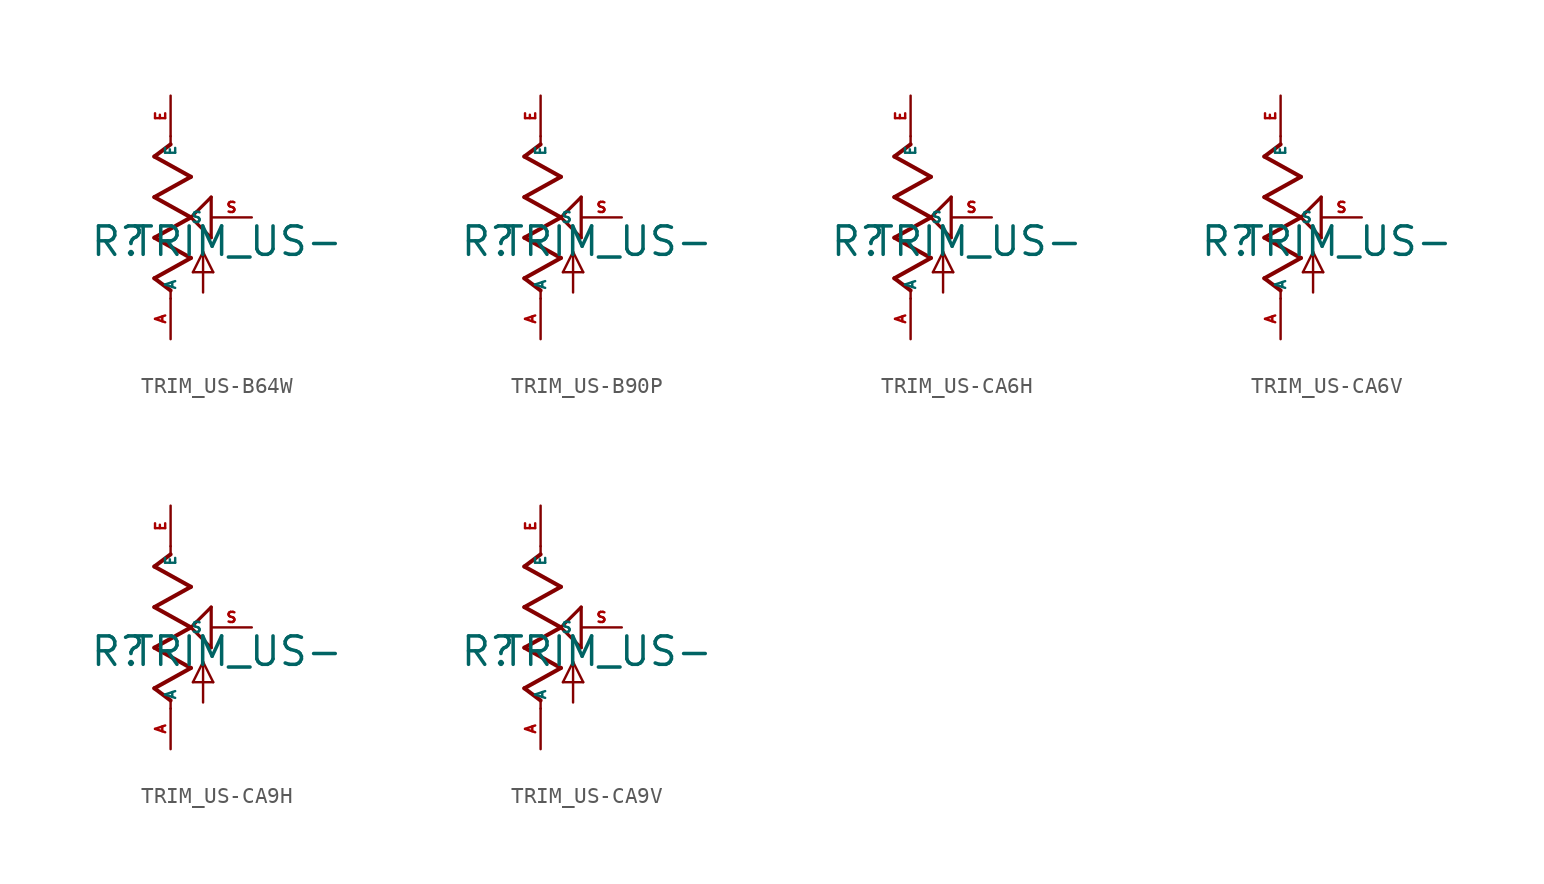
<source format=kicad_sym>
(kicad_symbol_lib
  (version 20220914)
  (generator Eagle2Kicad)
  (symbol "TRIM_US-B64W"
    (property "Reference" "R"
      (at -5.08 -2.54 0)
      (effects (font (size 1.778 1.778) (thickness 0.22)) (justify left bottom)))
    (property "Value" "TRIM_US-"
      (at -2.54 -2.54 0)
      (effects (font (size 1.778 1.778) (thickness 0.22)) (justify left bottom)))
    (polyline
      (pts (xy 0 -5.08) (xy 0 -4.572))
      (stroke (width 0.152) (type default))
      (fill (type none)))
    (polyline
      (pts (xy 0 -4.572) (xy -1.016 -3.81))
      (stroke (width 0.254) (type default))
      (fill (type none)))
    (polyline
      (pts (xy -1.016 -3.81) (xy 1.27 -2.54))
      (stroke (width 0.254) (type default))
      (fill (type none)))
    (polyline
      (pts (xy 1.27 -2.54) (xy -1.016 -1.27))
      (stroke (width 0.254) (type default))
      (fill (type none)))
    (polyline
      (pts (xy -1.016 -1.27) (xy 1.27 0))
      (stroke (width 0.254) (type default))
      (fill (type none)))
    (polyline
      (pts (xy 1.27 0) (xy -1.016 1.27))
      (stroke (width 0.254) (type default))
      (fill (type none)))
    (polyline
      (pts (xy -1.016 1.27) (xy 1.27 2.54))
      (stroke (width 0.254) (type default))
      (fill (type none)))
    (polyline
      (pts (xy 1.27 2.54) (xy -1.016 3.81))
      (stroke (width 0.254) (type default))
      (fill (type none)))
    (polyline
      (pts (xy -1.016 3.81) (xy 0 4.572))
      (stroke (width 0.254) (type default))
      (fill (type none)))
    (polyline
      (pts (xy 0 4.572) (xy 0 5.08))
      (stroke (width 0.152) (type default))
      (fill (type none)))
    (polyline
      (pts (xy 1.27 0) (xy 2.54 1.27))
      (stroke (width 0.203) (type default))
      (fill (type none)))
    (polyline
      (pts (xy 2.54 -1.27) (xy 1.27 0))
      (stroke (width 0.203) (type default))
      (fill (type none)))
    (polyline
      (pts (xy 2.54 1.27) (xy 2.54 -1.27))
      (stroke (width 0.203) (type default))
      (fill (type none)))
    (polyline
      (pts (xy 2.032 -4.699) (xy 2.032 -2.159))
      (stroke (width 0.152) (type default))
      (fill (type none)))
    (polyline
      (pts (xy 2.032 -2.159) (xy 2.667 -3.429))
      (stroke (width 0.152) (type default))
      (fill (type none)))
    (polyline
      (pts (xy 2.667 -3.429) (xy 1.397 -3.429))
      (stroke (width 0.152) (type default))
      (fill (type none)))
    (polyline
      (pts (xy 1.397 -3.429) (xy 2.032 -2.159))
      (stroke (width 0.152) (type default))
      (fill (type none)))
    (pin passive line
      (at 0 -7.62 90)
      (length 2.54)
      (name "A" (effects (font (size 0.635 0.635) (thickness 0.08)) (justify left bottom)))
      (number "A" (effects (font (size 0.635 0.635) (thickness 0.08)) (justify left bottom))))
    (pin passive line
      (at 0 7.62 270)
      (length 2.54)
      (name "E" (effects (font (size 0.635 0.635) (thickness 0.08)) (justify left bottom)))
      (number "E" (effects (font (size 0.635 0.635) (thickness 0.08)) (justify left bottom))))
    (pin passive line
      (at 5.08 0 180)
      (length 2.54)
      (name "S" (effects (font (size 0.635 0.635) (thickness 0.08)) (justify left bottom)))
      (number "S" (effects (font (size 0.635 0.635) (thickness 0.08)) (justify left bottom)))))
  (symbol "TRIM_US-B90P"
    (property "Reference" "R"
      (at -5.08 -2.54 0)
      (effects (font (size 1.778 1.778) (thickness 0.22)) (justify left bottom)))
    (property "Value" "TRIM_US-"
      (at -2.54 -2.54 0)
      (effects (font (size 1.778 1.778) (thickness 0.22)) (justify left bottom)))
    (polyline
      (pts (xy 0 -5.08) (xy 0 -4.572))
      (stroke (width 0.152) (type default))
      (fill (type none)))
    (polyline
      (pts (xy 0 -4.572) (xy -1.016 -3.81))
      (stroke (width 0.254) (type default))
      (fill (type none)))
    (polyline
      (pts (xy -1.016 -3.81) (xy 1.27 -2.54))
      (stroke (width 0.254) (type default))
      (fill (type none)))
    (polyline
      (pts (xy 1.27 -2.54) (xy -1.016 -1.27))
      (stroke (width 0.254) (type default))
      (fill (type none)))
    (polyline
      (pts (xy -1.016 -1.27) (xy 1.27 0))
      (stroke (width 0.254) (type default))
      (fill (type none)))
    (polyline
      (pts (xy 1.27 0) (xy -1.016 1.27))
      (stroke (width 0.254) (type default))
      (fill (type none)))
    (polyline
      (pts (xy -1.016 1.27) (xy 1.27 2.54))
      (stroke (width 0.254) (type default))
      (fill (type none)))
    (polyline
      (pts (xy 1.27 2.54) (xy -1.016 3.81))
      (stroke (width 0.254) (type default))
      (fill (type none)))
    (polyline
      (pts (xy -1.016 3.81) (xy 0 4.572))
      (stroke (width 0.254) (type default))
      (fill (type none)))
    (polyline
      (pts (xy 0 4.572) (xy 0 5.08))
      (stroke (width 0.152) (type default))
      (fill (type none)))
    (polyline
      (pts (xy 1.27 0) (xy 2.54 1.27))
      (stroke (width 0.203) (type default))
      (fill (type none)))
    (polyline
      (pts (xy 2.54 -1.27) (xy 1.27 0))
      (stroke (width 0.203) (type default))
      (fill (type none)))
    (polyline
      (pts (xy 2.54 1.27) (xy 2.54 -1.27))
      (stroke (width 0.203) (type default))
      (fill (type none)))
    (polyline
      (pts (xy 2.032 -4.699) (xy 2.032 -2.159))
      (stroke (width 0.152) (type default))
      (fill (type none)))
    (polyline
      (pts (xy 2.032 -2.159) (xy 2.667 -3.429))
      (stroke (width 0.152) (type default))
      (fill (type none)))
    (polyline
      (pts (xy 2.667 -3.429) (xy 1.397 -3.429))
      (stroke (width 0.152) (type default))
      (fill (type none)))
    (polyline
      (pts (xy 1.397 -3.429) (xy 2.032 -2.159))
      (stroke (width 0.152) (type default))
      (fill (type none)))
    (pin passive line
      (at 0 -7.62 90)
      (length 2.54)
      (name "A" (effects (font (size 0.635 0.635) (thickness 0.08)) (justify left bottom)))
      (number "A" (effects (font (size 0.635 0.635) (thickness 0.08)) (justify left bottom))))
    (pin passive line
      (at 0 7.62 270)
      (length 2.54)
      (name "E" (effects (font (size 0.635 0.635) (thickness 0.08)) (justify left bottom)))
      (number "E" (effects (font (size 0.635 0.635) (thickness 0.08)) (justify left bottom))))
    (pin passive line
      (at 5.08 0 180)
      (length 2.54)
      (name "S" (effects (font (size 0.635 0.635) (thickness 0.08)) (justify left bottom)))
      (number "S" (effects (font (size 0.635 0.635) (thickness 0.08)) (justify left bottom)))))
  (symbol "TRIM_US-CA6H"
    (property "Reference" "R"
      (at -5.08 -2.54 0)
      (effects (font (size 1.778 1.778) (thickness 0.22)) (justify left bottom)))
    (property "Value" "TRIM_US-"
      (at -2.54 -2.54 0)
      (effects (font (size 1.778 1.778) (thickness 0.22)) (justify left bottom)))
    (polyline
      (pts (xy 0 -5.08) (xy 0 -4.572))
      (stroke (width 0.152) (type default))
      (fill (type none)))
    (polyline
      (pts (xy 0 -4.572) (xy -1.016 -3.81))
      (stroke (width 0.254) (type default))
      (fill (type none)))
    (polyline
      (pts (xy -1.016 -3.81) (xy 1.27 -2.54))
      (stroke (width 0.254) (type default))
      (fill (type none)))
    (polyline
      (pts (xy 1.27 -2.54) (xy -1.016 -1.27))
      (stroke (width 0.254) (type default))
      (fill (type none)))
    (polyline
      (pts (xy -1.016 -1.27) (xy 1.27 0))
      (stroke (width 0.254) (type default))
      (fill (type none)))
    (polyline
      (pts (xy 1.27 0) (xy -1.016 1.27))
      (stroke (width 0.254) (type default))
      (fill (type none)))
    (polyline
      (pts (xy -1.016 1.27) (xy 1.27 2.54))
      (stroke (width 0.254) (type default))
      (fill (type none)))
    (polyline
      (pts (xy 1.27 2.54) (xy -1.016 3.81))
      (stroke (width 0.254) (type default))
      (fill (type none)))
    (polyline
      (pts (xy -1.016 3.81) (xy 0 4.572))
      (stroke (width 0.254) (type default))
      (fill (type none)))
    (polyline
      (pts (xy 0 4.572) (xy 0 5.08))
      (stroke (width 0.152) (type default))
      (fill (type none)))
    (polyline
      (pts (xy 1.27 0) (xy 2.54 1.27))
      (stroke (width 0.203) (type default))
      (fill (type none)))
    (polyline
      (pts (xy 2.54 -1.27) (xy 1.27 0))
      (stroke (width 0.203) (type default))
      (fill (type none)))
    (polyline
      (pts (xy 2.54 1.27) (xy 2.54 -1.27))
      (stroke (width 0.203) (type default))
      (fill (type none)))
    (polyline
      (pts (xy 2.032 -4.699) (xy 2.032 -2.159))
      (stroke (width 0.152) (type default))
      (fill (type none)))
    (polyline
      (pts (xy 2.032 -2.159) (xy 2.667 -3.429))
      (stroke (width 0.152) (type default))
      (fill (type none)))
    (polyline
      (pts (xy 2.667 -3.429) (xy 1.397 -3.429))
      (stroke (width 0.152) (type default))
      (fill (type none)))
    (polyline
      (pts (xy 1.397 -3.429) (xy 2.032 -2.159))
      (stroke (width 0.152) (type default))
      (fill (type none)))
    (pin passive line
      (at 0 -7.62 90)
      (length 2.54)
      (name "A" (effects (font (size 0.635 0.635) (thickness 0.08)) (justify left bottom)))
      (number "A" (effects (font (size 0.635 0.635) (thickness 0.08)) (justify left bottom))))
    (pin passive line
      (at 0 7.62 270)
      (length 2.54)
      (name "E" (effects (font (size 0.635 0.635) (thickness 0.08)) (justify left bottom)))
      (number "E" (effects (font (size 0.635 0.635) (thickness 0.08)) (justify left bottom))))
    (pin passive line
      (at 5.08 0 180)
      (length 2.54)
      (name "S" (effects (font (size 0.635 0.635) (thickness 0.08)) (justify left bottom)))
      (number "S" (effects (font (size 0.635 0.635) (thickness 0.08)) (justify left bottom)))))
  (symbol "TRIM_US-CA6V"
    (property "Reference" "R"
      (at -5.08 -2.54 0)
      (effects (font (size 1.778 1.778) (thickness 0.22)) (justify left bottom)))
    (property "Value" "TRIM_US-"
      (at -2.54 -2.54 0)
      (effects (font (size 1.778 1.778) (thickness 0.22)) (justify left bottom)))
    (polyline
      (pts (xy 0 -5.08) (xy 0 -4.572))
      (stroke (width 0.152) (type default))
      (fill (type none)))
    (polyline
      (pts (xy 0 -4.572) (xy -1.016 -3.81))
      (stroke (width 0.254) (type default))
      (fill (type none)))
    (polyline
      (pts (xy -1.016 -3.81) (xy 1.27 -2.54))
      (stroke (width 0.254) (type default))
      (fill (type none)))
    (polyline
      (pts (xy 1.27 -2.54) (xy -1.016 -1.27))
      (stroke (width 0.254) (type default))
      (fill (type none)))
    (polyline
      (pts (xy -1.016 -1.27) (xy 1.27 0))
      (stroke (width 0.254) (type default))
      (fill (type none)))
    (polyline
      (pts (xy 1.27 0) (xy -1.016 1.27))
      (stroke (width 0.254) (type default))
      (fill (type none)))
    (polyline
      (pts (xy -1.016 1.27) (xy 1.27 2.54))
      (stroke (width 0.254) (type default))
      (fill (type none)))
    (polyline
      (pts (xy 1.27 2.54) (xy -1.016 3.81))
      (stroke (width 0.254) (type default))
      (fill (type none)))
    (polyline
      (pts (xy -1.016 3.81) (xy 0 4.572))
      (stroke (width 0.254) (type default))
      (fill (type none)))
    (polyline
      (pts (xy 0 4.572) (xy 0 5.08))
      (stroke (width 0.152) (type default))
      (fill (type none)))
    (polyline
      (pts (xy 1.27 0) (xy 2.54 1.27))
      (stroke (width 0.203) (type default))
      (fill (type none)))
    (polyline
      (pts (xy 2.54 -1.27) (xy 1.27 0))
      (stroke (width 0.203) (type default))
      (fill (type none)))
    (polyline
      (pts (xy 2.54 1.27) (xy 2.54 -1.27))
      (stroke (width 0.203) (type default))
      (fill (type none)))
    (polyline
      (pts (xy 2.032 -4.699) (xy 2.032 -2.159))
      (stroke (width 0.152) (type default))
      (fill (type none)))
    (polyline
      (pts (xy 2.032 -2.159) (xy 2.667 -3.429))
      (stroke (width 0.152) (type default))
      (fill (type none)))
    (polyline
      (pts (xy 2.667 -3.429) (xy 1.397 -3.429))
      (stroke (width 0.152) (type default))
      (fill (type none)))
    (polyline
      (pts (xy 1.397 -3.429) (xy 2.032 -2.159))
      (stroke (width 0.152) (type default))
      (fill (type none)))
    (pin passive line
      (at 0 -7.62 90)
      (length 2.54)
      (name "A" (effects (font (size 0.635 0.635) (thickness 0.08)) (justify left bottom)))
      (number "A" (effects (font (size 0.635 0.635) (thickness 0.08)) (justify left bottom))))
    (pin passive line
      (at 0 7.62 270)
      (length 2.54)
      (name "E" (effects (font (size 0.635 0.635) (thickness 0.08)) (justify left bottom)))
      (number "E" (effects (font (size 0.635 0.635) (thickness 0.08)) (justify left bottom))))
    (pin passive line
      (at 5.08 0 180)
      (length 2.54)
      (name "S" (effects (font (size 0.635 0.635) (thickness 0.08)) (justify left bottom)))
      (number "S" (effects (font (size 0.635 0.635) (thickness 0.08)) (justify left bottom)))))
  (symbol "TRIM_US-CA9H"
    (property "Reference" "R"
      (at -5.08 -2.54 0)
      (effects (font (size 1.778 1.778) (thickness 0.22)) (justify left bottom)))
    (property "Value" "TRIM_US-"
      (at -2.54 -2.54 0)
      (effects (font (size 1.778 1.778) (thickness 0.22)) (justify left bottom)))
    (polyline
      (pts (xy 0 -5.08) (xy 0 -4.572))
      (stroke (width 0.152) (type default))
      (fill (type none)))
    (polyline
      (pts (xy 0 -4.572) (xy -1.016 -3.81))
      (stroke (width 0.254) (type default))
      (fill (type none)))
    (polyline
      (pts (xy -1.016 -3.81) (xy 1.27 -2.54))
      (stroke (width 0.254) (type default))
      (fill (type none)))
    (polyline
      (pts (xy 1.27 -2.54) (xy -1.016 -1.27))
      (stroke (width 0.254) (type default))
      (fill (type none)))
    (polyline
      (pts (xy -1.016 -1.27) (xy 1.27 0))
      (stroke (width 0.254) (type default))
      (fill (type none)))
    (polyline
      (pts (xy 1.27 0) (xy -1.016 1.27))
      (stroke (width 0.254) (type default))
      (fill (type none)))
    (polyline
      (pts (xy -1.016 1.27) (xy 1.27 2.54))
      (stroke (width 0.254) (type default))
      (fill (type none)))
    (polyline
      (pts (xy 1.27 2.54) (xy -1.016 3.81))
      (stroke (width 0.254) (type default))
      (fill (type none)))
    (polyline
      (pts (xy -1.016 3.81) (xy 0 4.572))
      (stroke (width 0.254) (type default))
      (fill (type none)))
    (polyline
      (pts (xy 0 4.572) (xy 0 5.08))
      (stroke (width 0.152) (type default))
      (fill (type none)))
    (polyline
      (pts (xy 1.27 0) (xy 2.54 1.27))
      (stroke (width 0.203) (type default))
      (fill (type none)))
    (polyline
      (pts (xy 2.54 -1.27) (xy 1.27 0))
      (stroke (width 0.203) (type default))
      (fill (type none)))
    (polyline
      (pts (xy 2.54 1.27) (xy 2.54 -1.27))
      (stroke (width 0.203) (type default))
      (fill (type none)))
    (polyline
      (pts (xy 2.032 -4.699) (xy 2.032 -2.159))
      (stroke (width 0.152) (type default))
      (fill (type none)))
    (polyline
      (pts (xy 2.032 -2.159) (xy 2.667 -3.429))
      (stroke (width 0.152) (type default))
      (fill (type none)))
    (polyline
      (pts (xy 2.667 -3.429) (xy 1.397 -3.429))
      (stroke (width 0.152) (type default))
      (fill (type none)))
    (polyline
      (pts (xy 1.397 -3.429) (xy 2.032 -2.159))
      (stroke (width 0.152) (type default))
      (fill (type none)))
    (pin passive line
      (at 0 -7.62 90)
      (length 2.54)
      (name "A" (effects (font (size 0.635 0.635) (thickness 0.08)) (justify left bottom)))
      (number "A" (effects (font (size 0.635 0.635) (thickness 0.08)) (justify left bottom))))
    (pin passive line
      (at 0 7.62 270)
      (length 2.54)
      (name "E" (effects (font (size 0.635 0.635) (thickness 0.08)) (justify left bottom)))
      (number "E" (effects (font (size 0.635 0.635) (thickness 0.08)) (justify left bottom))))
    (pin passive line
      (at 5.08 0 180)
      (length 2.54)
      (name "S" (effects (font (size 0.635 0.635) (thickness 0.08)) (justify left bottom)))
      (number "S" (effects (font (size 0.635 0.635) (thickness 0.08)) (justify left bottom)))))
  (symbol "TRIM_US-CA9V"
    (property "Reference" "R"
      (at -5.08 -2.54 0)
      (effects (font (size 1.778 1.778) (thickness 0.22)) (justify left bottom)))
    (property "Value" "TRIM_US-"
      (at -2.54 -2.54 0)
      (effects (font (size 1.778 1.778) (thickness 0.22)) (justify left bottom)))
    (polyline
      (pts (xy 0 -5.08) (xy 0 -4.572))
      (stroke (width 0.152) (type default))
      (fill (type none)))
    (polyline
      (pts (xy 0 -4.572) (xy -1.016 -3.81))
      (stroke (width 0.254) (type default))
      (fill (type none)))
    (polyline
      (pts (xy -1.016 -3.81) (xy 1.27 -2.54))
      (stroke (width 0.254) (type default))
      (fill (type none)))
    (polyline
      (pts (xy 1.27 -2.54) (xy -1.016 -1.27))
      (stroke (width 0.254) (type default))
      (fill (type none)))
    (polyline
      (pts (xy -1.016 -1.27) (xy 1.27 0))
      (stroke (width 0.254) (type default))
      (fill (type none)))
    (polyline
      (pts (xy 1.27 0) (xy -1.016 1.27))
      (stroke (width 0.254) (type default))
      (fill (type none)))
    (polyline
      (pts (xy -1.016 1.27) (xy 1.27 2.54))
      (stroke (width 0.254) (type default))
      (fill (type none)))
    (polyline
      (pts (xy 1.27 2.54) (xy -1.016 3.81))
      (stroke (width 0.254) (type default))
      (fill (type none)))
    (polyline
      (pts (xy -1.016 3.81) (xy 0 4.572))
      (stroke (width 0.254) (type default))
      (fill (type none)))
    (polyline
      (pts (xy 0 4.572) (xy 0 5.08))
      (stroke (width 0.152) (type default))
      (fill (type none)))
    (polyline
      (pts (xy 1.27 0) (xy 2.54 1.27))
      (stroke (width 0.203) (type default))
      (fill (type none)))
    (polyline
      (pts (xy 2.54 -1.27) (xy 1.27 0))
      (stroke (width 0.203) (type default))
      (fill (type none)))
    (polyline
      (pts (xy 2.54 1.27) (xy 2.54 -1.27))
      (stroke (width 0.203) (type default))
      (fill (type none)))
    (polyline
      (pts (xy 2.032 -4.699) (xy 2.032 -2.159))
      (stroke (width 0.152) (type default))
      (fill (type none)))
    (polyline
      (pts (xy 2.032 -2.159) (xy 2.667 -3.429))
      (stroke (width 0.152) (type default))
      (fill (type none)))
    (polyline
      (pts (xy 2.667 -3.429) (xy 1.397 -3.429))
      (stroke (width 0.152) (type default))
      (fill (type none)))
    (polyline
      (pts (xy 1.397 -3.429) (xy 2.032 -2.159))
      (stroke (width 0.152) (type default))
      (fill (type none)))
    (pin passive line
      (at 0 -7.62 90)
      (length 2.54)
      (name "A" (effects (font (size 0.635 0.635) (thickness 0.08)) (justify left bottom)))
      (number "A" (effects (font (size 0.635 0.635) (thickness 0.08)) (justify left bottom))))
    (pin passive line
      (at 0 7.62 270)
      (length 2.54)
      (name "E" (effects (font (size 0.635 0.635) (thickness 0.08)) (justify left bottom)))
      (number "E" (effects (font (size 0.635 0.635) (thickness 0.08)) (justify left bottom))))
    (pin passive line
      (at 5.08 0 180)
      (length 2.54)
      (name "S" (effects (font (size 0.635 0.635) (thickness 0.08)) (justify left bottom)))
      (number "S" (effects (font (size 0.635 0.635) (thickness 0.08)) (justify left bottom))))))
</source>
